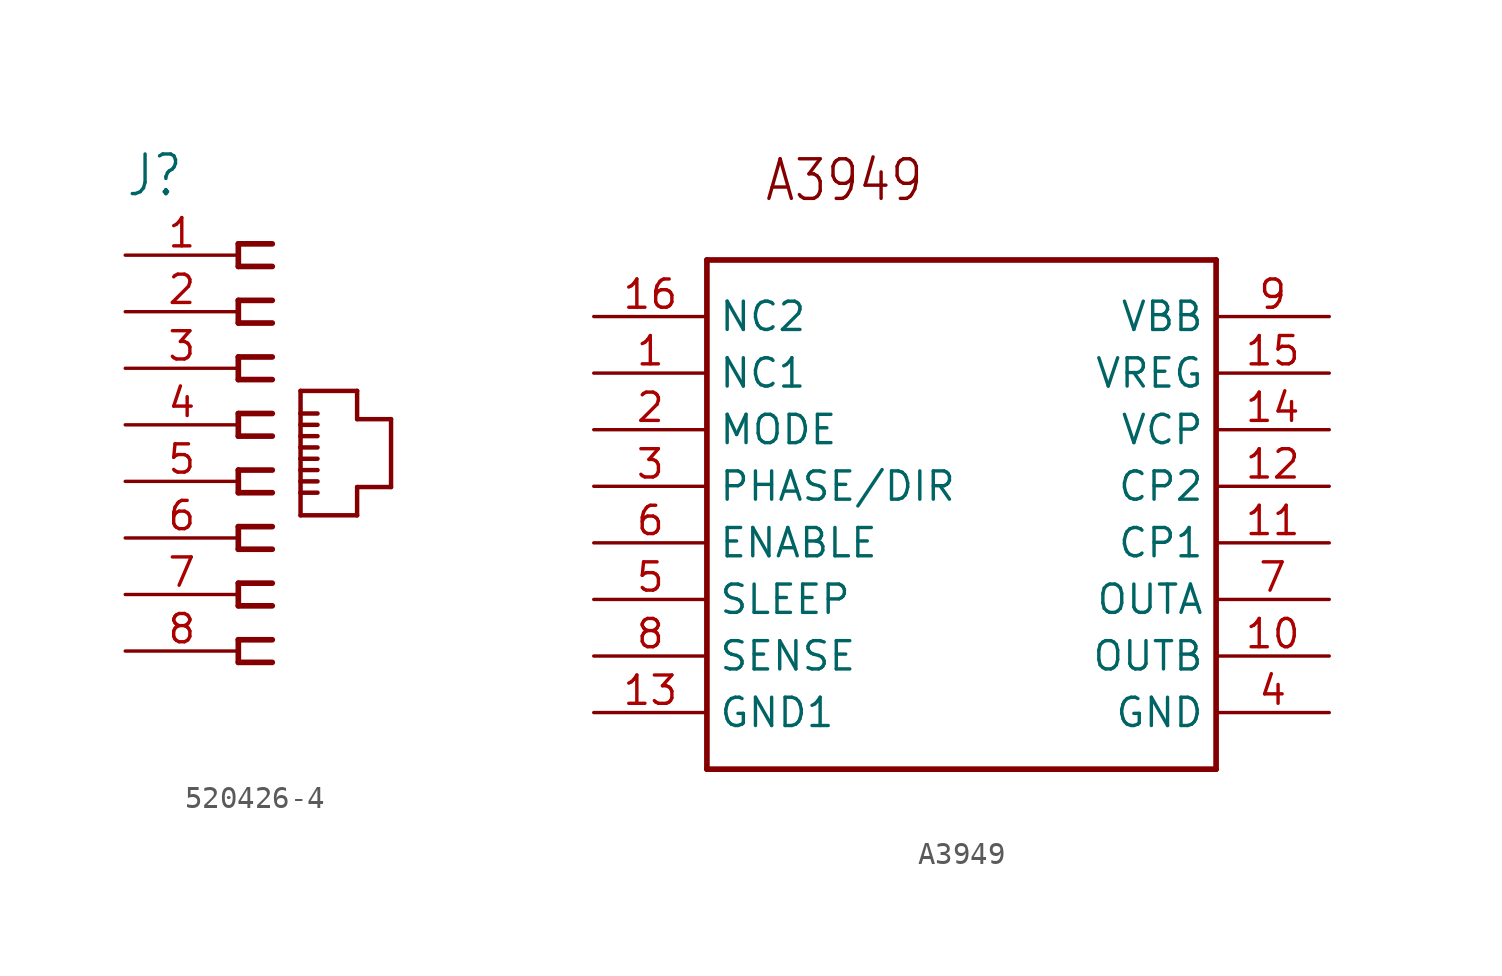
<source format=kicad_sym>
(kicad_symbol_lib
  (version 20231120)
  (generator "kicad_symbol_editor")
  (generator_version "8.0")
  (symbol "520426-4"
    (property "Reference" "J"
      (at -5.08 10.16 0)
      (effects (font (size 1.778 1.511)) (justify left bottom)))
    (property "Value" ""
      (at -5.08 -13.208 0)
      (effects (font (size 1.778 1.511)) (justify left bottom)))
    (property "ki_locked" ""
      (at 0 0 0)
      (effects (font (size 1.27 1.27))))
    (symbol "520426-4_1_0"
      (polyline (pts (xy 0 -10.668) (xy 1.524 -10.668)) (stroke (width 0.254) (type solid)) (fill (type none)))
      (polyline (pts (xy 0 -9.652) (xy 0 -10.668)) (stroke (width 0.254) (type solid)) (fill (type none)))
      (polyline (pts (xy 0 -8.128) (xy 1.524 -8.128)) (stroke (width 0.254) (type solid)) (fill (type none)))
      (polyline (pts (xy 0 -7.112) (xy 0 -8.128)) (stroke (width 0.254) (type solid)) (fill (type none)))
      (polyline (pts (xy 0 -5.588) (xy 1.524 -5.588)) (stroke (width 0.254) (type solid)) (fill (type none)))
      (polyline (pts (xy 0 -4.572) (xy 0 -5.588)) (stroke (width 0.254) (type solid)) (fill (type none)))
      (polyline (pts (xy 0 -3.048) (xy 1.524 -3.048)) (stroke (width 0.254) (type solid)) (fill (type none)))
      (polyline (pts (xy 0 -2.032) (xy 0 -3.048)) (stroke (width 0.254) (type solid)) (fill (type none)))
      (polyline (pts (xy 0 -0.508) (xy 1.524 -0.508)) (stroke (width 0.254) (type solid)) (fill (type none)))
      (polyline (pts (xy 0 0.508) (xy 0 -0.508)) (stroke (width 0.254) (type solid)) (fill (type none)))
      (polyline (pts (xy 0 2.032) (xy 1.524 2.032)) (stroke (width 0.254) (type solid)) (fill (type none)))
      (polyline (pts (xy 0 3.048) (xy 0 2.032)) (stroke (width 0.254) (type solid)) (fill (type none)))
      (polyline (pts (xy 0 4.572) (xy 1.524 4.572)) (stroke (width 0.254) (type solid)) (fill (type none)))
      (polyline (pts (xy 0 5.588) (xy 0 4.572)) (stroke (width 0.254) (type solid)) (fill (type none)))
      (polyline (pts (xy 0 7.112) (xy 1.524 7.112)) (stroke (width 0.254) (type solid)) (fill (type none)))
      (polyline (pts (xy 0 8.128) (xy 0 7.112)) (stroke (width 0.254) (type solid)) (fill (type none)))
      (polyline (pts (xy 1.524 -9.652) (xy 0 -9.652)) (stroke (width 0.254) (type solid)) (fill (type none)))
      (polyline (pts (xy 1.524 -7.112) (xy 0 -7.112)) (stroke (width 0.254) (type solid)) (fill (type none)))
      (polyline (pts (xy 1.524 -4.572) (xy 0 -4.572)) (stroke (width 0.254) (type solid)) (fill (type none)))
      (polyline (pts (xy 1.524 -2.032) (xy 0 -2.032)) (stroke (width 0.254) (type solid)) (fill (type none)))
      (polyline (pts (xy 1.524 0.508) (xy 0 0.508)) (stroke (width 0.254) (type solid)) (fill (type none)))
      (polyline (pts (xy 1.524 3.048) (xy 0 3.048)) (stroke (width 0.254) (type solid)) (fill (type none)))
      (polyline (pts (xy 1.524 5.588) (xy 0 5.588)) (stroke (width 0.254) (type solid)) (fill (type none)))
      (polyline (pts (xy 1.524 8.128) (xy 0 8.128)) (stroke (width 0.254) (type solid)) (fill (type none)))
      (polyline (pts (xy 2.794 -4.064) (xy 5.334 -4.064)) (stroke (width 0.2) (type solid)) (fill (type none)))
      (polyline (pts (xy 2.794 -3.048) (xy 2.794 -4.064)) (stroke (width 0.2) (type solid)) (fill (type none)))
      (polyline (pts (xy 2.794 -3.048) (xy 3.556 -3.048)) (stroke (width 0.2) (type solid)) (fill (type none)))
      (polyline (pts (xy 2.794 -2.54) (xy 2.794 -3.048)) (stroke (width 0.2) (type solid)) (fill (type none)))
      (polyline (pts (xy 2.794 -2.54) (xy 3.556 -2.54)) (stroke (width 0.2) (type solid)) (fill (type none)))
      (polyline (pts (xy 2.794 -2.032) (xy 2.794 -2.54)) (stroke (width 0.2) (type solid)) (fill (type none)))
      (polyline (pts (xy 2.794 -2.032) (xy 3.556 -2.032)) (stroke (width 0.2) (type solid)) (fill (type none)))
      (polyline (pts (xy 2.794 -1.524) (xy 2.794 -2.032)) (stroke (width 0.2) (type solid)) (fill (type none)))
      (polyline (pts (xy 2.794 -1.524) (xy 3.556 -1.524)) (stroke (width 0.2) (type solid)) (fill (type none)))
      (polyline (pts (xy 2.794 -1.016) (xy 2.794 -1.524)) (stroke (width 0.2) (type solid)) (fill (type none)))
      (polyline (pts (xy 2.794 -1.016) (xy 3.556 -1.016)) (stroke (width 0.2) (type solid)) (fill (type none)))
      (polyline (pts (xy 2.794 -0.508) (xy 2.794 -1.016)) (stroke (width 0.2) (type solid)) (fill (type none)))
      (polyline (pts (xy 2.794 -0.508) (xy 3.556 -0.508)) (stroke (width 0.2) (type solid)) (fill (type none)))
      (polyline (pts (xy 2.794 0) (xy 2.794 -0.508)) (stroke (width 0.2) (type solid)) (fill (type none)))
      (polyline (pts (xy 2.794 0) (xy 3.556 0)) (stroke (width 0.2) (type solid)) (fill (type none)))
      (polyline (pts (xy 2.794 0.508) (xy 2.794 0)) (stroke (width 0.2) (type solid)) (fill (type none)))
      (polyline (pts (xy 2.794 0.508) (xy 3.556 0.508)) (stroke (width 0.2) (type solid)) (fill (type none)))
      (polyline (pts (xy 2.794 1.524) (xy 2.794 0.508)) (stroke (width 0.2) (type solid)) (fill (type none)))
      (polyline (pts (xy 5.334 -4.064) (xy 5.334 -2.794)) (stroke (width 0.2) (type solid)) (fill (type none)))
      (polyline (pts (xy 5.334 -2.794) (xy 6.858 -2.794)) (stroke (width 0.2) (type solid)) (fill (type none)))
      (polyline (pts (xy 5.334 0.254) (xy 5.334 1.524)) (stroke (width 0.2) (type solid)) (fill (type none)))
      (polyline (pts (xy 5.334 1.524) (xy 2.794 1.524)) (stroke (width 0.2) (type solid)) (fill (type none)))
      (polyline (pts (xy 6.858 -2.794) (xy 6.858 0.254)) (stroke (width 0.2) (type solid)) (fill (type none)))
      (polyline (pts (xy 6.858 0.254) (xy 5.334 0.254)) (stroke (width 0.2) (type solid)) (fill (type none)))
      (pin passive line (at -5.08 7.62 0) (length 5.08) (name "1" (effects (font (size 0 0)))) (number "1" (effects (font (size 1.27 1.27)))))
      (pin passive line (at -5.08 5.08 0) (length 5.08) (name "2" (effects (font (size 0 0)))) (number "2" (effects (font (size 1.27 1.27)))))
      (pin passive line (at -5.08 2.54 0) (length 5.08) (name "3" (effects (font (size 0 0)))) (number "3" (effects (font (size 1.27 1.27)))))
      (pin passive line (at -5.08 0 0) (length 5.08) (name "4" (effects (font (size 0 0)))) (number "4" (effects (font (size 1.27 1.27)))))
      (pin passive line (at -5.08 -2.54 0) (length 5.08) (name "5" (effects (font (size 0 0)))) (number "5" (effects (font (size 1.27 1.27)))))
      (pin passive line (at -5.08 -5.08 0) (length 5.08) (name "6" (effects (font (size 0 0)))) (number "6" (effects (font (size 1.27 1.27)))))
      (pin passive line (at -5.08 -7.62 0) (length 5.08) (name "7" (effects (font (size 0 0)))) (number "7" (effects (font (size 1.27 1.27)))))
      (pin passive line (at -5.08 -10.16 0) (length 5.08) (name "8" (effects (font (size 0 0)))) (number "8" (effects (font (size 1.27 1.27)))))))
  (symbol "A3949"
    (property "Reference" ""
      (at 0 0 0)
      (effects (font (size 1.27 1.27)) (hide yes)))
    (property "ki_locked" ""
      (at 0 0 0)
      (effects (font (size 1.27 1.27))))
    (symbol "A3949_1_0"
      (polyline (pts (xy -12.7 -5.08) (xy -12.7 17.78)) (stroke (width 0.254) (type solid)) (fill (type none)))
      (polyline (pts (xy -12.7 17.78) (xy 10.16 17.78)) (stroke (width 0.254) (type solid)) (fill (type none)))
      (polyline (pts (xy 10.16 -5.08) (xy -12.7 -5.08)) (stroke (width 0.254) (type solid)) (fill (type none)))
      (polyline (pts (xy 10.16 17.78) (xy 10.16 -5.08)) (stroke (width 0.254) (type solid)) (fill (type none)))
      (text "A3949" (at -10.16 20.32 0) (effects (font (size 1.778 1.511)) (justify left bottom)))
      (pin bidirectional line (at -17.78 12.7 0) (length 5.08) (name "NC1" (effects (font (size 1.27 1.27)))) (number "1" (effects (font (size 1.27 1.27)))))
      (pin bidirectional line (at 15.24 0 180) (length 5.08) (name "OUTB" (effects (font (size 1.27 1.27)))) (number "10" (effects (font (size 1.27 1.27)))))
      (pin bidirectional line (at 15.24 5.08 180) (length 5.08) (name "CP1" (effects (font (size 1.27 1.27)))) (number "11" (effects (font (size 1.27 1.27)))))
      (pin bidirectional line (at 15.24 7.62 180) (length 5.08) (name "CP2" (effects (font (size 1.27 1.27)))) (number "12" (effects (font (size 1.27 1.27)))))
      (pin bidirectional line (at -17.78 -2.54 0) (length 5.08) (name "GND1" (effects (font (size 1.27 1.27)))) (number "13" (effects (font (size 1.27 1.27)))))
      (pin bidirectional line (at 15.24 10.16 180) (length 5.08) (name "VCP" (effects (font (size 1.27 1.27)))) (number "14" (effects (font (size 1.27 1.27)))))
      (pin bidirectional line (at 15.24 12.7 180) (length 5.08) (name "VREG" (effects (font (size 1.27 1.27)))) (number "15" (effects (font (size 1.27 1.27)))))
      (pin bidirectional line (at -17.78 15.24 0) (length 5.08) (name "NC2" (effects (font (size 1.27 1.27)))) (number "16" (effects (font (size 1.27 1.27)))))
      (pin bidirectional line (at -17.78 10.16 0) (length 5.08) (name "MODE" (effects (font (size 1.27 1.27)))) (number "2" (effects (font (size 1.27 1.27)))))
      (pin bidirectional line (at -17.78 7.62 0) (length 5.08) (name "PHASE/DIR" (effects (font (size 1.27 1.27)))) (number "3" (effects (font (size 1.27 1.27)))))
      (pin bidirectional line (at 15.24 -2.54 180) (length 5.08) (name "GND" (effects (font (size 1.27 1.27)))) (number "4" (effects (font (size 1.27 1.27)))))
      (pin bidirectional line (at -17.78 2.54 0) (length 5.08) (name "SLEEP" (effects (font (size 1.27 1.27)))) (number "5" (effects (font (size 1.27 1.27)))))
      (pin bidirectional line (at -17.78 5.08 0) (length 5.08) (name "ENABLE" (effects (font (size 1.27 1.27)))) (number "6" (effects (font (size 1.27 1.27)))))
      (pin bidirectional line (at 15.24 2.54 180) (length 5.08) (name "OUTA" (effects (font (size 1.27 1.27)))) (number "7" (effects (font (size 1.27 1.27)))))
      (pin bidirectional line (at -17.78 0 0) (length 5.08) (name "SENSE" (effects (font (size 1.27 1.27)))) (number "8" (effects (font (size 1.27 1.27)))))
      (pin bidirectional line (at 15.24 15.24 180) (length 5.08) (name "VBB" (effects (font (size 1.27 1.27)))) (number "9" (effects (font (size 1.27 1.27))))))))
</source>
